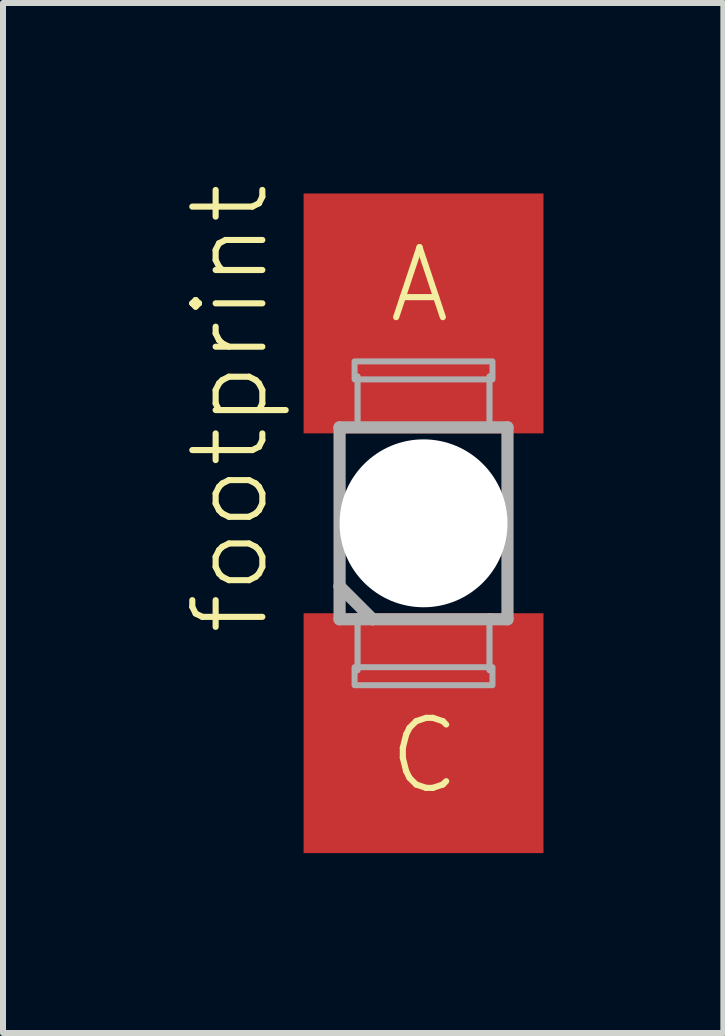
<source format=kicad_pcb>
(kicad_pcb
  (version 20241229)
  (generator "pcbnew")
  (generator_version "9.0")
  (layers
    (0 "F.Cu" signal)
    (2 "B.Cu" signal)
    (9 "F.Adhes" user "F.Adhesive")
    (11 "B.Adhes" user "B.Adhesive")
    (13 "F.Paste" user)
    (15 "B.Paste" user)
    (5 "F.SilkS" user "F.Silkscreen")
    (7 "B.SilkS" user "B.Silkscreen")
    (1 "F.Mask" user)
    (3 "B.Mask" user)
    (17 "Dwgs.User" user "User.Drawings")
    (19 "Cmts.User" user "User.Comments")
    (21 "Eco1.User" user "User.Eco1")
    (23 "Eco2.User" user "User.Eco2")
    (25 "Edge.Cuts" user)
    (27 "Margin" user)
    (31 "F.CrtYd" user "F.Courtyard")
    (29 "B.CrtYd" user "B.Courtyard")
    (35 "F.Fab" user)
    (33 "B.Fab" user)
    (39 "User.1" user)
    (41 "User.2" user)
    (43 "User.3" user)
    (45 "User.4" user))
  (footprint "footprint"
    (layer "F.Cu")
    (at 4.013 5.677)
    (property "Reference" "footprint" (at -2.54 1.905 90) (layer "F.SilkS") (effects (font (size 1.168 1.168) (thickness 0.102)) (justify left bottom)))
    (fp_poly (pts (xy -1.5 -1.5) (xy 1.5 -1.5) (xy 1.5 -3.2) (xy -1.5 -3.2)) (stroke (width 0) (type solid)) (fill yes) (layer "F.Mask"))
    (fp_poly (pts (xy -1.5 3.2) (xy 1.5 3.2) (xy 1.5 1.5) (xy -1.5 1.5)) (stroke (width 0) (type solid)) (fill yes) (layer "F.Mask"))
    (fp_circle (center 0 0) (end 1.1 0) (stroke (width 0.203) (type solid)) (fill no) (layer "F.SilkS"))
    (fp_poly (pts (xy -0.25 0.25) (xy 0.25 0.25) (xy 0.25 -0.25) (xy -0.25 -0.25)) (stroke (width 0) (type solid)) (fill yes) (layer "F.SilkS"))
    (fp_poly (pts (xy -1.3 -1.5) (xy 1.3 -1.5) (xy 1.3 -3) (xy -1.3 -3)) (stroke (width 0) (type solid)) (fill yes) (layer "F.Paste"))
    (fp_poly (pts (xy -1.3 3) (xy 1.3 3) (xy 1.3 1.5) (xy -1.3 1.5)) (stroke (width 0) (type solid)) (fill yes) (layer "F.Paste"))
    (fp_line (start -1.4 -1.6) (end -1.4 1.05) (stroke (width 0.203) (type solid)) (layer "F.Fab"))
    (fp_line (start -1.4 1.05) (end -1.4 1.6) (stroke (width 0.203) (type solid)) (layer "F.Fab"))
    (fp_line (start -1.4 1.6) (end -1.1 1.6) (stroke (width 0.203) (type solid)) (layer "F.Fab"))
    (fp_line (start -1.1 -1.6) (end -1.1 -2.45) (stroke (width 0.102) (type solid)) (layer "F.Fab"))
    (fp_line (start -1.1 1.6) (end -1.1 2.45) (stroke (width 0.102) (type solid)) (layer "F.Fab"))
    (fp_line (start -1.1 1.6) (end -0.85 1.6) (stroke (width 0.203) (type solid)) (layer "F.Fab"))
    (fp_line (start -0.85 1.6) (end -1.4 1.05) (stroke (width 0.203) (type solid)) (layer "F.Fab"))
    (fp_line (start -0.85 1.6) (end 1.1 1.6) (stroke (width 0.203) (type solid)) (layer "F.Fab"))
    (fp_line (start 1.1 -2.45) (end 1.1 -1.6) (stroke (width 0.102) (type solid)) (layer "F.Fab"))
    (fp_line (start 1.1 1.6) (end 1.4 1.6) (stroke (width 0.203) (type solid)) (layer "F.Fab"))
    (fp_line (start 1.1 2.45) (end 1.1 1.6) (stroke (width 0.102) (type solid)) (layer "F.Fab"))
    (fp_line (start 1.4 -1.6) (end -1.4 -1.6) (stroke (width 0.203) (type solid)) (layer "F.Fab"))
    (fp_line (start 1.4 1.6) (end 1.4 -1.6) (stroke (width 0.203) (type solid)) (layer "F.Fab"))
    (fp_poly (pts (xy -1.15 -2.4) (xy 1.15 -2.4) (xy 1.15 -2.7) (xy -1.15 -2.7)) (stroke (width 0.1) (type solid)) (fill no) (layer "F.Fab"))
    (fp_poly (pts (xy -1.15 2.7) (xy 1.15 2.7) (xy 1.15 2.4) (xy -1.15 2.4)) (stroke (width 0.1) (type solid)) (fill no) (layer "F.Fab"))
    (fp_text user "C" (at -0.635 4.56 0) (layer "F.SilkS") (effects (font (size 1.168 1.168) (thickness 0.102)) (justify left bottom)))
    (fp_text user "A" (at -0.635 -3.29 0) (layer "F.SilkS") (effects (font (size 1.168 1.168) (thickness 0.102)) (justify left bottom)))
    (pad "" np_thru_hole circle (at 0 0) (size 2.8 2.8) (drill 2.8) (layers "*.Cu" "*.Mask"))
    (pad "A" smd rect (at 0 -3.5) (size 4 4) (layers "F.Cu"))
    (pad "C" smd rect (at 0 3.5) (size 4 4) (layers "F.Cu")))
  (gr_rect
    (start -3 -3)
    (end 9.013 14.177)
    (stroke (width 0.1) (type default))
    (fill no)
    (layer "Edge.Cuts")))
</source>
